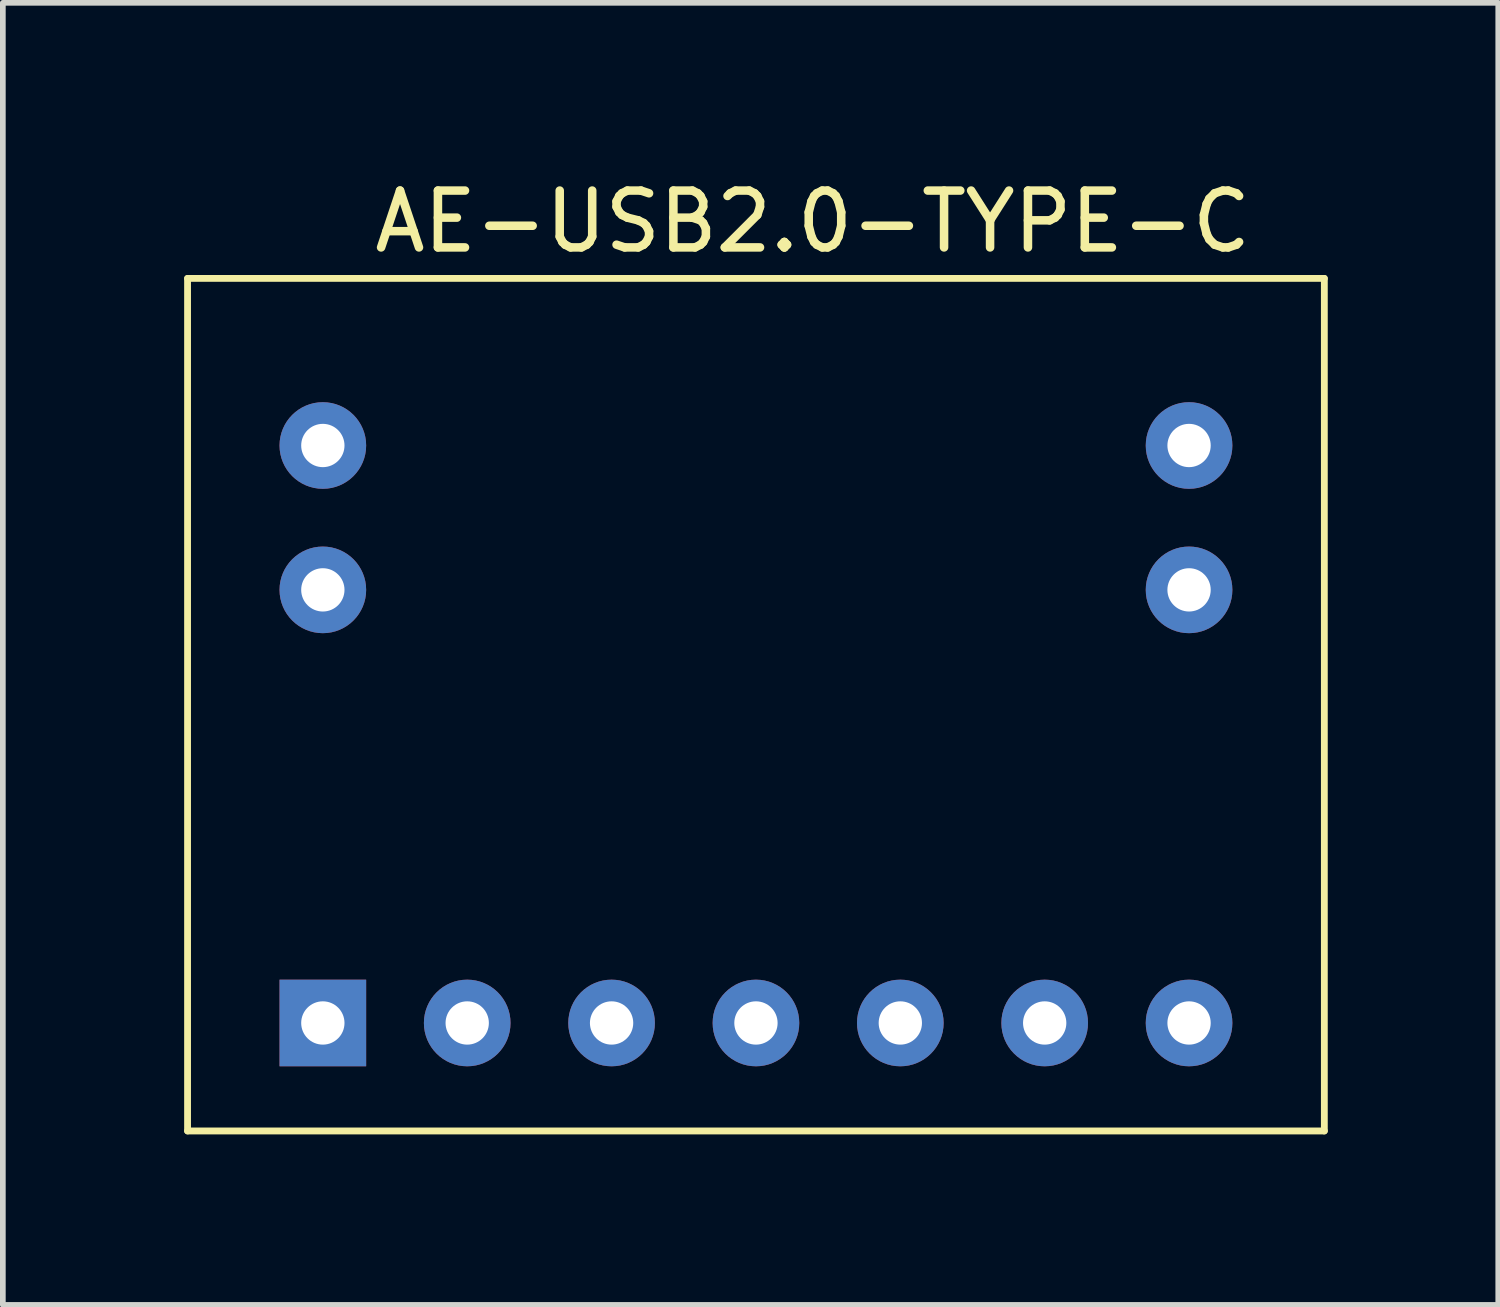
<source format=kicad_pcb>
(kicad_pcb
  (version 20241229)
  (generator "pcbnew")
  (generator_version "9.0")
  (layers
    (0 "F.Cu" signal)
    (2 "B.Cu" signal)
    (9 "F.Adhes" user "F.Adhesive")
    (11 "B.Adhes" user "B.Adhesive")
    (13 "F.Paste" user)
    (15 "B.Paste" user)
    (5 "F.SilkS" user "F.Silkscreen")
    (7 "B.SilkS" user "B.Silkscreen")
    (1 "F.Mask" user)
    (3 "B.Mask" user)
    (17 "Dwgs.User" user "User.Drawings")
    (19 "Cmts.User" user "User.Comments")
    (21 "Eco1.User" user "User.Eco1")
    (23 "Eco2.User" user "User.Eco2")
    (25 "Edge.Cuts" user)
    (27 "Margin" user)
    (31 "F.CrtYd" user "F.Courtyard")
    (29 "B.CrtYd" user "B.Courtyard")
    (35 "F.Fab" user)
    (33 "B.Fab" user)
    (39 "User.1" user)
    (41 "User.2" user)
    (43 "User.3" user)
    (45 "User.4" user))
  (footprint "AE-USB2.0-TYPE-C"
    (layer "F.Cu")
    (at 0.25 1.848)
    (property "Reference" "AE-USB2.0-TYPE-C" (at 11 -1 0) (layer "F.SilkS") (effects (font (size 1 1) (thickness 0.15))))
    (attr through_hole)
    (fp_line (start 0 0) (end 20 0) (stroke (width 0.12) (type solid)) (layer "F.SilkS"))
    (fp_line (start 0 15) (end 0 0) (stroke (width 0.12) (type solid)) (layer "F.SilkS"))
    (fp_line (start 20 0) (end 20 15) (stroke (width 0.12) (type solid)) (layer "F.SilkS"))
    (fp_line (start 20 15) (end 0 15) (stroke (width 0.12) (type solid)) (layer "F.SilkS"))
    (pad "1" thru_hole circle (at 2.38 2.94) (size 1.524 1.524) (drill 0.762) (layers "*.Cu" "*.Mask"))
    (pad "2" thru_hole circle (at 2.38 5.48) (size 1.524 1.524) (drill 0.762) (layers "*.Cu" "*.Mask"))
    (pad "3" thru_hole circle (at 17.62 2.94) (size 1.524 1.524) (drill 0.762) (layers "*.Cu" "*.Mask"))
    (pad "4" thru_hole circle (at 17.62 5.48) (size 1.524 1.524) (drill 0.762) (layers "*.Cu" "*.Mask"))
    (pad "5" thru_hole circle (at 17.62 13.1) (size 1.524 1.524) (drill 0.762) (layers "*.Cu" "*.Mask"))
    (pad "6" thru_hole circle (at 15.08 13.1) (size 1.524 1.524) (drill 0.762) (layers "*.Cu" "*.Mask"))
    (pad "7" thru_hole circle (at 12.54 13.1) (size 1.524 1.524) (drill 0.762) (layers "*.Cu" "*.Mask"))
    (pad "8" thru_hole circle (at 10 13.1) (size 1.524 1.524) (drill 0.762) (layers "*.Cu" "*.Mask"))
    (pad "9" thru_hole circle (at 7.46 13.1) (size 1.524 1.524) (drill 0.762) (layers "*.Cu" "*.Mask"))
    (pad "10" thru_hole circle (at 4.92 13.1) (size 1.524 1.524) (drill 0.762) (layers "*.Cu" "*.Mask"))
    (pad "e11" thru_hole rect (at 2.38 13.1) (size 1.524 1.524) (drill 0.762) (layers "*.Cu" "*.Mask")))
  (gr_rect
    (start -3 -3)
    (end 23.31 19.908)
    (stroke (width 0.1) (type default))
    (fill no)
    (layer "Edge.Cuts")))
</source>
